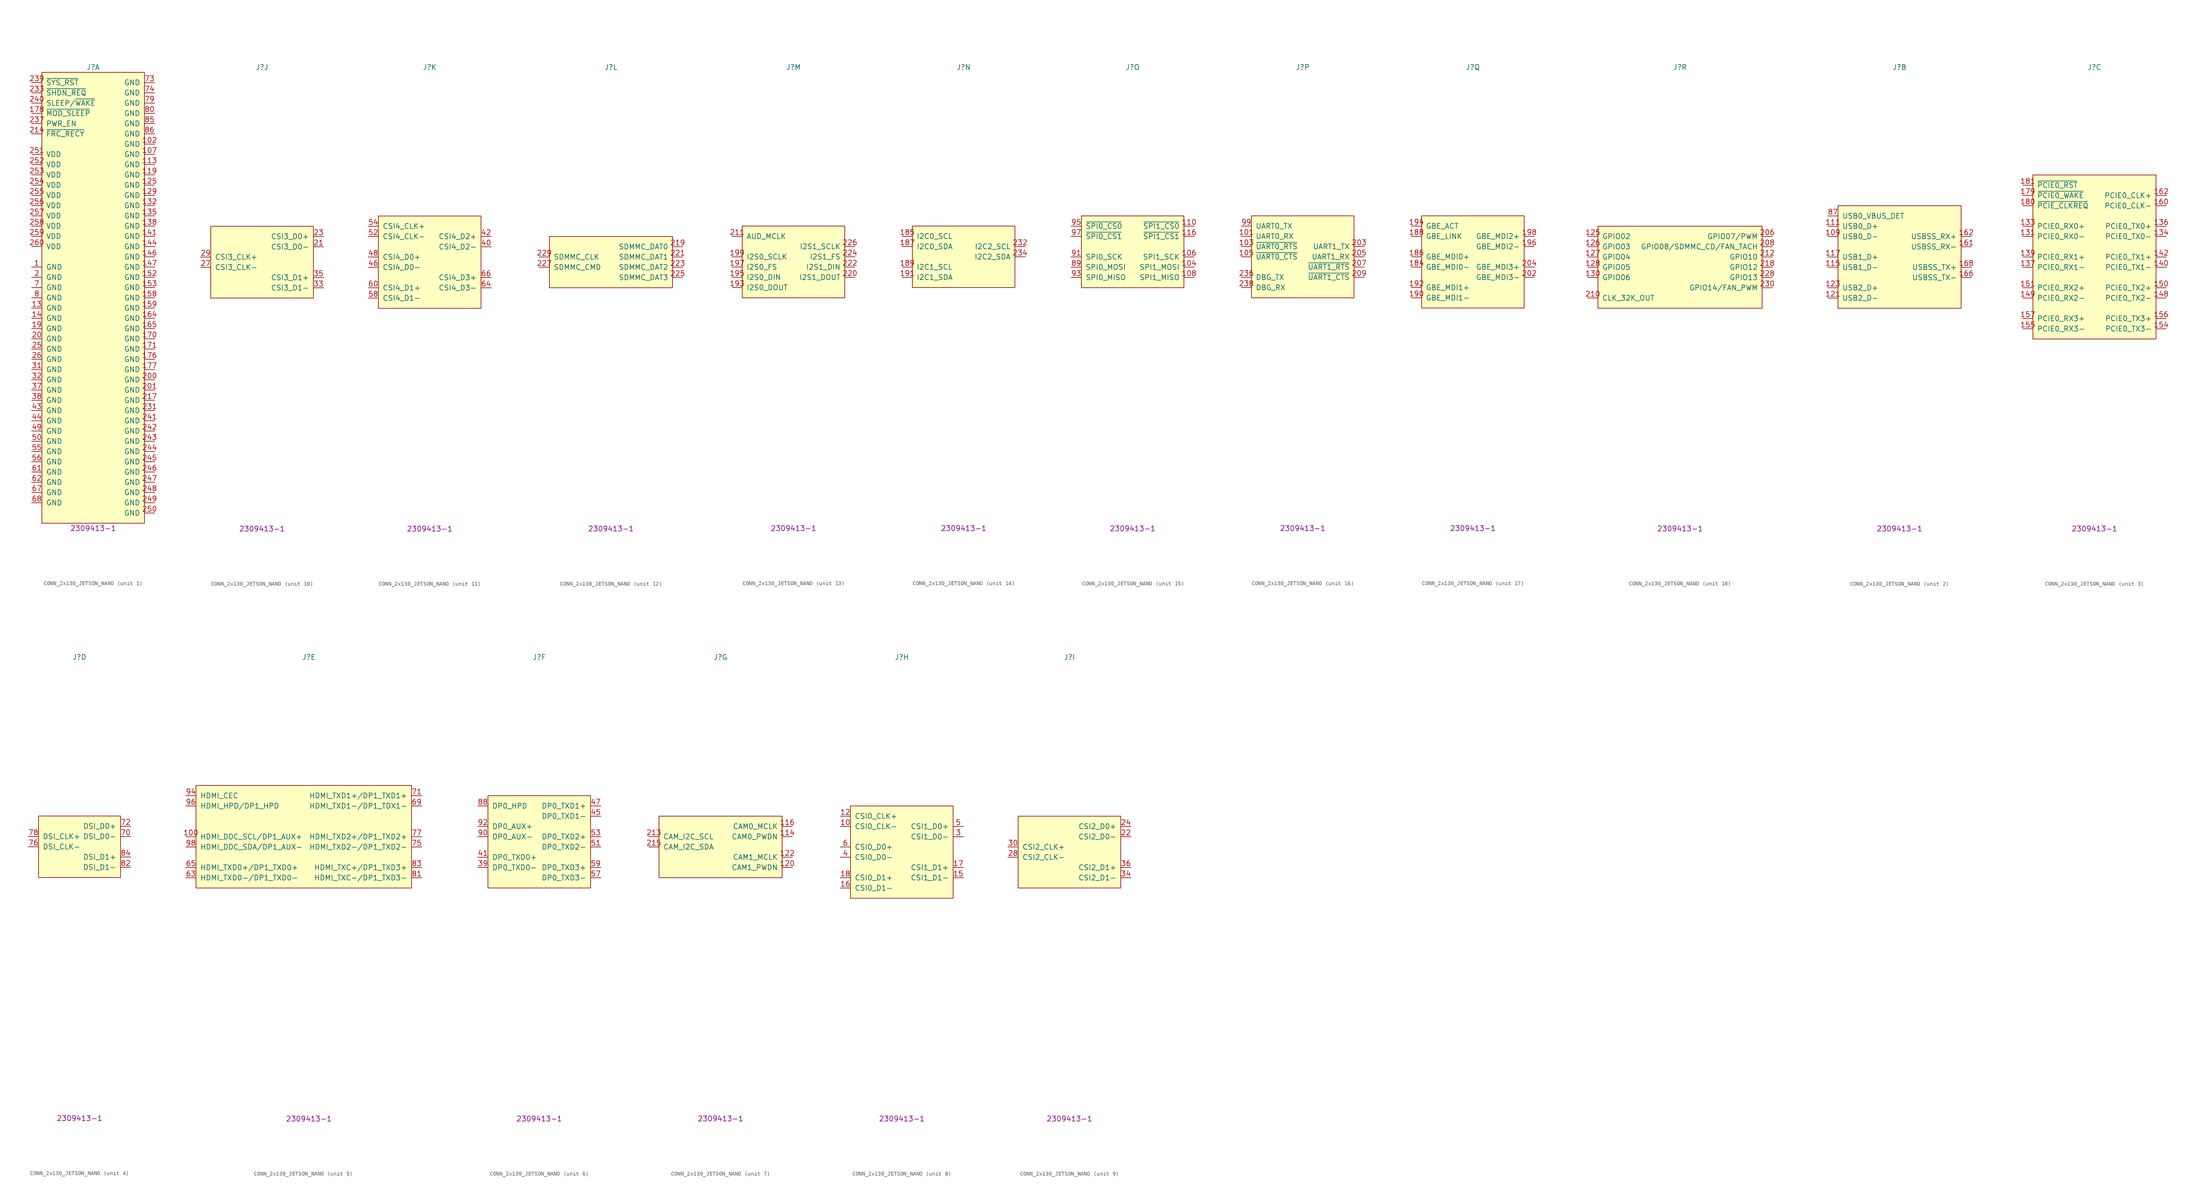
<source format=kicad_sym>
(kicad_symbol_lib
  (version 20211014)
  (generator kicad_symbol_editor)
  (symbol "CONN_2x130_JETSON_NANO"
    (pin_names
      (offset 1.016))
    (property "Reference" "J"
      (at 0 46.99 0)
      (effects (font (size 1.27 1.27))))
    (property "Manufacturer Part Number" "2309413-1"
      (at 0 -67.31 0)
      (effects (font (size 1.27 1.27))))
    (property "ki_locked" ""
      (at 0 0 0)
      (effects (font (size 1.27 1.27))))
    (symbol "CONN_2x130_JETSON_NANO_1_1"
      (rectangle (start -12.7 45.72) (end 12.7 -66.04) (stroke (width 0) (type default) (color 0 0 0 0)) (fill (type background)))
      (pin power_in line (at -15.24 -2.54 0) (length 2.54) (name "GND" (effects (font (size 1.27 1.27)))) (number "1" (effects (font (size 1.27 1.27)))))
      (pin power_in line (at 15.24 27.94 180) (length 2.54) (name "GND" (effects (font (size 1.27 1.27)))) (number "102" (effects (font (size 1.27 1.27)))))
      (pin power_in line (at 15.24 25.4 180) (length 2.54) (name "GND" (effects (font (size 1.27 1.27)))) (number "107" (effects (font (size 1.27 1.27)))))
      (pin power_in line (at 15.24 22.86 180) (length 2.54) (name "GND" (effects (font (size 1.27 1.27)))) (number "113" (effects (font (size 1.27 1.27)))))
      (pin power_in line (at 15.24 20.32 180) (length 2.54) (name "GND" (effects (font (size 1.27 1.27)))) (number "119" (effects (font (size 1.27 1.27)))))
      (pin power_in line (at 15.24 17.78 180) (length 2.54) (name "GND" (effects (font (size 1.27 1.27)))) (number "125" (effects (font (size 1.27 1.27)))))
      (pin power_in line (at 15.24 15.24 180) (length 2.54) (name "GND" (effects (font (size 1.27 1.27)))) (number "129" (effects (font (size 1.27 1.27)))))
      (pin power_in line (at -15.24 -12.7 0) (length 2.54) (name "GND" (effects (font (size 1.27 1.27)))) (number "13" (effects (font (size 1.27 1.27)))))
      (pin power_in line (at 15.24 12.7 180) (length 2.54) (name "GND" (effects (font (size 1.27 1.27)))) (number "132" (effects (font (size 1.27 1.27)))))
      (pin power_in line (at 15.24 10.16 180) (length 2.54) (name "GND" (effects (font (size 1.27 1.27)))) (number "135" (effects (font (size 1.27 1.27)))))
      (pin power_in line (at 15.24 7.62 180) (length 2.54) (name "GND" (effects (font (size 1.27 1.27)))) (number "138" (effects (font (size 1.27 1.27)))))
      (pin power_in line (at -15.24 -15.24 0) (length 2.54) (name "GND" (effects (font (size 1.27 1.27)))) (number "14" (effects (font (size 1.27 1.27)))))
      (pin power_in line (at 15.24 5.08 180) (length 2.54) (name "GND" (effects (font (size 1.27 1.27)))) (number "141" (effects (font (size 1.27 1.27)))))
      (pin power_in line (at 15.24 2.54 180) (length 2.54) (name "GND" (effects (font (size 1.27 1.27)))) (number "144" (effects (font (size 1.27 1.27)))))
      (pin power_in line (at 15.24 0 180) (length 2.54) (name "GND" (effects (font (size 1.27 1.27)))) (number "146" (effects (font (size 1.27 1.27)))))
      (pin power_in line (at 15.24 -2.54 180) (length 2.54) (name "GND" (effects (font (size 1.27 1.27)))) (number "147" (effects (font (size 1.27 1.27)))))
      (pin power_in line (at 15.24 -5.08 180) (length 2.54) (name "GND" (effects (font (size 1.27 1.27)))) (number "152" (effects (font (size 1.27 1.27)))))
      (pin power_in line (at 15.24 -7.62 180) (length 2.54) (name "GND" (effects (font (size 1.27 1.27)))) (number "153" (effects (font (size 1.27 1.27)))))
      (pin power_in line (at 15.24 -10.16 180) (length 2.54) (name "GND" (effects (font (size 1.27 1.27)))) (number "158" (effects (font (size 1.27 1.27)))))
      (pin power_in line (at 15.24 -12.7 180) (length 2.54) (name "GND" (effects (font (size 1.27 1.27)))) (number "159" (effects (font (size 1.27 1.27)))))
      (pin power_in line (at 15.24 -15.24 180) (length 2.54) (name "GND" (effects (font (size 1.27 1.27)))) (number "164" (effects (font (size 1.27 1.27)))))
      (pin power_in line (at 15.24 -17.78 180) (length 2.54) (name "GND" (effects (font (size 1.27 1.27)))) (number "165" (effects (font (size 1.27 1.27)))))
      (pin power_in line (at 15.24 -20.32 180) (length 2.54) (name "GND" (effects (font (size 1.27 1.27)))) (number "170" (effects (font (size 1.27 1.27)))))
      (pin power_in line (at 15.24 -22.86 180) (length 2.54) (name "GND" (effects (font (size 1.27 1.27)))) (number "171" (effects (font (size 1.27 1.27)))))
      (pin power_in line (at 15.24 -25.4 180) (length 2.54) (name "GND" (effects (font (size 1.27 1.27)))) (number "176" (effects (font (size 1.27 1.27)))))
      (pin power_in line (at 15.24 -27.94 180) (length 2.54) (name "GND" (effects (font (size 1.27 1.27)))) (number "177" (effects (font (size 1.27 1.27)))))
      (pin input line (at -15.24 35.56 0) (length 2.54) (name "~{MOD_SLEEP}" (effects (font (size 1.27 1.27)))) (number "178" (effects (font (size 1.27 1.27)))))
      (pin power_in line (at -15.24 -17.78 0) (length 2.54) (name "GND" (effects (font (size 1.27 1.27)))) (number "19" (effects (font (size 1.27 1.27)))))
      (pin power_in line (at -15.24 -5.08 0) (length 2.54) (name "GND" (effects (font (size 1.27 1.27)))) (number "2" (effects (font (size 1.27 1.27)))))
      (pin power_in line (at -15.24 -20.32 0) (length 2.54) (name "GND" (effects (font (size 1.27 1.27)))) (number "20" (effects (font (size 1.27 1.27)))))
      (pin power_in line (at 15.24 -30.48 180) (length 2.54) (name "GND" (effects (font (size 1.27 1.27)))) (number "200" (effects (font (size 1.27 1.27)))))
      (pin power_in line (at 15.24 -33.02 180) (length 2.54) (name "GND" (effects (font (size 1.27 1.27)))) (number "201" (effects (font (size 1.27 1.27)))))
      (pin input line (at -15.24 30.48 0) (length 2.54) (name "~{FRC_RECY}" (effects (font (size 1.27 1.27)))) (number "214" (effects (font (size 1.27 1.27)))))
      (pin power_in line (at 15.24 -35.56 180) (length 2.54) (name "GND" (effects (font (size 1.27 1.27)))) (number "217" (effects (font (size 1.27 1.27)))))
      (pin power_in line (at 15.24 -38.1 180) (length 2.54) (name "GND" (effects (font (size 1.27 1.27)))) (number "231" (effects (font (size 1.27 1.27)))))
      (pin open_collector line (at -15.24 40.64 0) (length 2.54) (name "~{SHDN_REQ}" (effects (font (size 1.27 1.27)))) (number "233" (effects (font (size 1.27 1.27)))))
      (pin input line (at -15.24 33.02 0) (length 2.54) (name "PWR_EN" (effects (font (size 1.27 1.27)))) (number "237" (effects (font (size 1.27 1.27)))))
      (pin open_collector line (at -15.24 43.18 0) (length 2.54) (name "~{SYS_RST}" (effects (font (size 1.27 1.27)))) (number "239" (effects (font (size 1.27 1.27)))))
      (pin input line (at -15.24 38.1 0) (length 2.54) (name "SLEEP/~{WAKE}" (effects (font (size 1.27 1.27)))) (number "240" (effects (font (size 1.27 1.27)))))
      (pin power_in line (at 15.24 -40.64 180) (length 2.54) (name "GND" (effects (font (size 1.27 1.27)))) (number "241" (effects (font (size 1.27 1.27)))))
      (pin power_in line (at 15.24 -43.18 180) (length 2.54) (name "GND" (effects (font (size 1.27 1.27)))) (number "242" (effects (font (size 1.27 1.27)))))
      (pin power_in line (at 15.24 -45.72 180) (length 2.54) (name "GND" (effects (font (size 1.27 1.27)))) (number "243" (effects (font (size 1.27 1.27)))))
      (pin power_in line (at 15.24 -48.26 180) (length 2.54) (name "GND" (effects (font (size 1.27 1.27)))) (number "244" (effects (font (size 1.27 1.27)))))
      (pin power_in line (at 15.24 -50.8 180) (length 2.54) (name "GND" (effects (font (size 1.27 1.27)))) (number "245" (effects (font (size 1.27 1.27)))))
      (pin power_in line (at 15.24 -53.34 180) (length 2.54) (name "GND" (effects (font (size 1.27 1.27)))) (number "246" (effects (font (size 1.27 1.27)))))
      (pin power_in line (at 15.24 -55.88 180) (length 2.54) (name "GND" (effects (font (size 1.27 1.27)))) (number "247" (effects (font (size 1.27 1.27)))))
      (pin power_in line (at 15.24 -58.42 180) (length 2.54) (name "GND" (effects (font (size 1.27 1.27)))) (number "248" (effects (font (size 1.27 1.27)))))
      (pin power_in line (at 15.24 -60.96 180) (length 2.54) (name "GND" (effects (font (size 1.27 1.27)))) (number "249" (effects (font (size 1.27 1.27)))))
      (pin power_in line (at -15.24 -22.86 0) (length 2.54) (name "GND" (effects (font (size 1.27 1.27)))) (number "25" (effects (font (size 1.27 1.27)))))
      (pin power_in line (at 15.24 -63.5 180) (length 2.54) (name "GND" (effects (font (size 1.27 1.27)))) (number "250" (effects (font (size 1.27 1.27)))))
      (pin power_in line (at -15.24 25.4 0) (length 2.54) (name "VDD" (effects (font (size 1.27 1.27)))) (number "251" (effects (font (size 1.27 1.27)))))
      (pin power_in line (at -15.24 22.86 0) (length 2.54) (name "VDD" (effects (font (size 1.27 1.27)))) (number "252" (effects (font (size 1.27 1.27)))))
      (pin power_in line (at -15.24 20.32 0) (length 2.54) (name "VDD" (effects (font (size 1.27 1.27)))) (number "253" (effects (font (size 1.27 1.27)))))
      (pin power_in line (at -15.24 17.78 0) (length 2.54) (name "VDD" (effects (font (size 1.27 1.27)))) (number "254" (effects (font (size 1.27 1.27)))))
      (pin power_in line (at -15.24 15.24 0) (length 2.54) (name "VDD" (effects (font (size 1.27 1.27)))) (number "255" (effects (font (size 1.27 1.27)))))
      (pin power_in line (at -15.24 12.7 0) (length 2.54) (name "VDD" (effects (font (size 1.27 1.27)))) (number "256" (effects (font (size 1.27 1.27)))))
      (pin power_in line (at -15.24 10.16 0) (length 2.54) (name "VDD" (effects (font (size 1.27 1.27)))) (number "257" (effects (font (size 1.27 1.27)))))
      (pin power_in line (at -15.24 7.62 0) (length 2.54) (name "VDD" (effects (font (size 1.27 1.27)))) (number "258" (effects (font (size 1.27 1.27)))))
      (pin power_in line (at -15.24 5.08 0) (length 2.54) (name "VDD" (effects (font (size 1.27 1.27)))) (number "259" (effects (font (size 1.27 1.27)))))
      (pin power_in line (at -15.24 -25.4 0) (length 2.54) (name "GND" (effects (font (size 1.27 1.27)))) (number "26" (effects (font (size 1.27 1.27)))))
      (pin power_in line (at -15.24 2.54 0) (length 2.54) (name "VDD" (effects (font (size 1.27 1.27)))) (number "260" (effects (font (size 1.27 1.27)))))
      (pin power_in line (at -15.24 -27.94 0) (length 2.54) (name "GND" (effects (font (size 1.27 1.27)))) (number "31" (effects (font (size 1.27 1.27)))))
      (pin power_in line (at -15.24 -30.48 0) (length 2.54) (name "GND" (effects (font (size 1.27 1.27)))) (number "32" (effects (font (size 1.27 1.27)))))
      (pin power_in line (at -15.24 -33.02 0) (length 2.54) (name "GND" (effects (font (size 1.27 1.27)))) (number "37" (effects (font (size 1.27 1.27)))))
      (pin power_in line (at -15.24 -35.56 0) (length 2.54) (name "GND" (effects (font (size 1.27 1.27)))) (number "38" (effects (font (size 1.27 1.27)))))
      (pin power_in line (at -15.24 -38.1 0) (length 2.54) (name "GND" (effects (font (size 1.27 1.27)))) (number "43" (effects (font (size 1.27 1.27)))))
      (pin power_in line (at -15.24 -40.64 0) (length 2.54) (name "GND" (effects (font (size 1.27 1.27)))) (number "44" (effects (font (size 1.27 1.27)))))
      (pin power_in line (at -15.24 -43.18 0) (length 2.54) (name "GND" (effects (font (size 1.27 1.27)))) (number "49" (effects (font (size 1.27 1.27)))))
      (pin power_in line (at -15.24 -45.72 0) (length 2.54) (name "GND" (effects (font (size 1.27 1.27)))) (number "50" (effects (font (size 1.27 1.27)))))
      (pin power_in line (at -15.24 -48.26 0) (length 2.54) (name "GND" (effects (font (size 1.27 1.27)))) (number "55" (effects (font (size 1.27 1.27)))))
      (pin power_in line (at -15.24 -50.8 0) (length 2.54) (name "GND" (effects (font (size 1.27 1.27)))) (number "56" (effects (font (size 1.27 1.27)))))
      (pin power_in line (at -15.24 -53.34 0) (length 2.54) (name "GND" (effects (font (size 1.27 1.27)))) (number "61" (effects (font (size 1.27 1.27)))))
      (pin power_in line (at -15.24 -55.88 0) (length 2.54) (name "GND" (effects (font (size 1.27 1.27)))) (number "62" (effects (font (size 1.27 1.27)))))
      (pin power_in line (at -15.24 -58.42 0) (length 2.54) (name "GND" (effects (font (size 1.27 1.27)))) (number "67" (effects (font (size 1.27 1.27)))))
      (pin power_in line (at -15.24 -60.96 0) (length 2.54) (name "GND" (effects (font (size 1.27 1.27)))) (number "68" (effects (font (size 1.27 1.27)))))
      (pin power_in line (at -15.24 -7.62 0) (length 2.54) (name "GND" (effects (font (size 1.27 1.27)))) (number "7" (effects (font (size 1.27 1.27)))))
      (pin power_in line (at 15.24 43.18 180) (length 2.54) (name "GND" (effects (font (size 1.27 1.27)))) (number "73" (effects (font (size 1.27 1.27)))))
      (pin power_in line (at 15.24 40.64 180) (length 2.54) (name "GND" (effects (font (size 1.27 1.27)))) (number "74" (effects (font (size 1.27 1.27)))))
      (pin power_in line (at 15.24 38.1 180) (length 2.54) (name "GND" (effects (font (size 1.27 1.27)))) (number "79" (effects (font (size 1.27 1.27)))))
      (pin power_in line (at -15.24 -10.16 0) (length 2.54) (name "GND" (effects (font (size 1.27 1.27)))) (number "8" (effects (font (size 1.27 1.27)))))
      (pin power_in line (at 15.24 35.56 180) (length 2.54) (name "GND" (effects (font (size 1.27 1.27)))) (number "80" (effects (font (size 1.27 1.27)))))
      (pin power_in line (at 15.24 33.02 180) (length 2.54) (name "GND" (effects (font (size 1.27 1.27)))) (number "85" (effects (font (size 1.27 1.27)))))
      (pin power_in line (at 15.24 30.48 180) (length 2.54) (name "GND" (effects (font (size 1.27 1.27)))) (number "86" (effects (font (size 1.27 1.27))))))
    (symbol "CONN_2x130_JETSON_NANO_2_1"
      (rectangle (start -15.24 12.7) (end 15.24 -12.7) (stroke (width 0) (type default) (color 0 0 0 0)) (fill (type background)))
      (pin bidirectional line (at -17.78 5.08 0) (length 2.54) (name "USB0_D-" (effects (font (size 1.27 1.27)))) (number "109" (effects (font (size 1.27 1.27)))))
      (pin bidirectional line (at -17.78 7.62 0) (length 2.54) (name "USB0_D+" (effects (font (size 1.27 1.27)))) (number "111" (effects (font (size 1.27 1.27)))))
      (pin bidirectional line (at -17.78 -2.54 0) (length 2.54) (name "USB1_D-" (effects (font (size 1.27 1.27)))) (number "115" (effects (font (size 1.27 1.27)))))
      (pin bidirectional line (at -17.78 0 0) (length 2.54) (name "USB1_D+" (effects (font (size 1.27 1.27)))) (number "117" (effects (font (size 1.27 1.27)))))
      (pin bidirectional line (at -17.78 -10.16 0) (length 2.54) (name "USB2_D-" (effects (font (size 1.27 1.27)))) (number "121" (effects (font (size 1.27 1.27)))))
      (pin bidirectional line (at -17.78 -7.62 0) (length 2.54) (name "USB2_D+" (effects (font (size 1.27 1.27)))) (number "123" (effects (font (size 1.27 1.27)))))
      (pin bidirectional line (at 17.78 2.54 180) (length 2.54) (name "USBSS_RX-" (effects (font (size 1.27 1.27)))) (number "161" (effects (font (size 1.27 1.27)))))
      (pin bidirectional line (at 17.78 5.08 180) (length 2.54) (name "USBSS_RX+" (effects (font (size 1.27 1.27)))) (number "162" (effects (font (size 1.27 1.27)))))
      (pin bidirectional line (at 17.78 -5.08 180) (length 2.54) (name "USBSS_TX-" (effects (font (size 1.27 1.27)))) (number "166" (effects (font (size 1.27 1.27)))))
      (pin bidirectional line (at 17.78 -2.54 180) (length 2.54) (name "USBSS_TX+" (effects (font (size 1.27 1.27)))) (number "168" (effects (font (size 1.27 1.27)))))
      (pin input line (at -17.78 10.16 0) (length 2.54) (name "USB0_VBUS_DET" (effects (font (size 1.27 1.27)))) (number "87" (effects (font (size 1.27 1.27))))))
    (symbol "CONN_2x130_JETSON_NANO_3_1"
      (rectangle (start -15.24 20.32) (end 15.24 -20.32) (stroke (width 0) (type default) (color 0 0 0 0)) (fill (type background)))
      (pin bidirectional line (at -17.78 5.08 0) (length 2.54) (name "PCIE0_RX0-" (effects (font (size 1.27 1.27)))) (number "131" (effects (font (size 1.27 1.27)))))
      (pin bidirectional line (at -17.78 7.62 0) (length 2.54) (name "PCIE0_RX0+" (effects (font (size 1.27 1.27)))) (number "133" (effects (font (size 1.27 1.27)))))
      (pin bidirectional line (at 17.78 5.08 180) (length 2.54) (name "PCIE0_TX0-" (effects (font (size 1.27 1.27)))) (number "134" (effects (font (size 1.27 1.27)))))
      (pin bidirectional line (at 17.78 7.62 180) (length 2.54) (name "PCIE0_TX0+" (effects (font (size 1.27 1.27)))) (number "136" (effects (font (size 1.27 1.27)))))
      (pin bidirectional line (at -17.78 -2.54 0) (length 2.54) (name "PCIE0_RX1-" (effects (font (size 1.27 1.27)))) (number "137" (effects (font (size 1.27 1.27)))))
      (pin bidirectional line (at -17.78 0 0) (length 2.54) (name "PCIE0_RX1+" (effects (font (size 1.27 1.27)))) (number "139" (effects (font (size 1.27 1.27)))))
      (pin bidirectional line (at 17.78 -2.54 180) (length 2.54) (name "PCIE0_TX1-" (effects (font (size 1.27 1.27)))) (number "140" (effects (font (size 1.27 1.27)))))
      (pin bidirectional line (at 17.78 0 180) (length 2.54) (name "PCIE0_TX1+" (effects (font (size 1.27 1.27)))) (number "142" (effects (font (size 1.27 1.27)))))
      (pin bidirectional line (at 17.78 -10.16 180) (length 2.54) (name "PCIE0_TX2-" (effects (font (size 1.27 1.27)))) (number "148" (effects (font (size 1.27 1.27)))))
      (pin bidirectional line (at -17.78 -10.16 0) (length 2.54) (name "PCIE0_RX2-" (effects (font (size 1.27 1.27)))) (number "149" (effects (font (size 1.27 1.27)))))
      (pin bidirectional line (at 17.78 -7.62 180) (length 2.54) (name "PCIE0_TX2+" (effects (font (size 1.27 1.27)))) (number "150" (effects (font (size 1.27 1.27)))))
      (pin bidirectional line (at -17.78 -7.62 0) (length 2.54) (name "PCIE0_RX2+" (effects (font (size 1.27 1.27)))) (number "151" (effects (font (size 1.27 1.27)))))
      (pin bidirectional line (at 17.78 -17.78 180) (length 2.54) (name "PCIE0_TX3-" (effects (font (size 1.27 1.27)))) (number "154" (effects (font (size 1.27 1.27)))))
      (pin bidirectional line (at -17.78 -17.78 0) (length 2.54) (name "PCIE0_RX3-" (effects (font (size 1.27 1.27)))) (number "155" (effects (font (size 1.27 1.27)))))
      (pin bidirectional line (at 17.78 -15.24 180) (length 2.54) (name "PCIE0_TX3+" (effects (font (size 1.27 1.27)))) (number "156" (effects (font (size 1.27 1.27)))))
      (pin bidirectional line (at -17.78 -15.24 0) (length 2.54) (name "PCIE0_RX3+" (effects (font (size 1.27 1.27)))) (number "157" (effects (font (size 1.27 1.27)))))
      (pin bidirectional line (at 17.78 12.7 180) (length 2.54) (name "PCIE0_CLK-" (effects (font (size 1.27 1.27)))) (number "160" (effects (font (size 1.27 1.27)))))
      (pin bidirectional line (at 17.78 15.24 180) (length 2.54) (name "PCIE0_CLK+" (effects (font (size 1.27 1.27)))) (number "162" (effects (font (size 1.27 1.27)))))
      (pin open_collector line (at -17.78 15.24 0) (length 2.54) (name "~{PCIE0_WAKE}" (effects (font (size 1.27 1.27)))) (number "179" (effects (font (size 1.27 1.27)))))
      (pin bidirectional line (at -17.78 12.7 0) (length 2.54) (name "~{PCIE_CLKREQ}" (effects (font (size 1.27 1.27)))) (number "180" (effects (font (size 1.27 1.27)))))
      (pin output line (at -17.78 17.78 0) (length 2.54) (name "~{PCIE0_RST}" (effects (font (size 1.27 1.27)))) (number "181" (effects (font (size 1.27 1.27))))))
    (symbol "CONN_2x130_JETSON_NANO_4_1"
      (rectangle (start -10.16 7.62) (end 10.16 -7.62) (stroke (width 0) (type default) (color 0 0 0 0)) (fill (type background)))
      (pin bidirectional line (at 12.7 2.54 180) (length 2.54) (name "DSI_D0-" (effects (font (size 1.27 1.27)))) (number "70" (effects (font (size 1.27 1.27)))))
      (pin bidirectional line (at 12.7 5.08 180) (length 2.54) (name "DSI_D0+" (effects (font (size 1.27 1.27)))) (number "72" (effects (font (size 1.27 1.27)))))
      (pin bidirectional line (at -12.7 0 0) (length 2.54) (name "DSI_CLK-" (effects (font (size 1.27 1.27)))) (number "76" (effects (font (size 1.27 1.27)))))
      (pin bidirectional line (at -12.7 2.54 0) (length 2.54) (name "DSI_CLK+" (effects (font (size 1.27 1.27)))) (number "78" (effects (font (size 1.27 1.27)))))
      (pin bidirectional line (at 12.7 -5.08 180) (length 2.54) (name "DSI_D1-" (effects (font (size 1.27 1.27)))) (number "82" (effects (font (size 1.27 1.27)))))
      (pin bidirectional line (at 12.7 -2.54 180) (length 2.54) (name "DSI_D1+" (effects (font (size 1.27 1.27)))) (number "84" (effects (font (size 1.27 1.27))))))
    (symbol "CONN_2x130_JETSON_NANO_5_1"
      (rectangle (start -27.94 15.24) (end 25.4 -10.16) (stroke (width 0) (type default) (color 0 0 0 0)) (fill (type background)))
      (pin bidirectional line (at -30.48 2.54 0) (length 2.54) (name "HDMI_DDC_SCL/DP1_AUX+" (effects (font (size 1.27 1.27)))) (number "100" (effects (font (size 1.27 1.27)))))
      (pin bidirectional line (at -30.48 -7.62 0) (length 2.54) (name "HDMI_TXD0-/DP1_TXD0-" (effects (font (size 1.27 1.27)))) (number "63" (effects (font (size 1.27 1.27)))))
      (pin bidirectional line (at -30.48 -5.08 0) (length 2.54) (name "HDMI_TXD0+/DP1_TXD0+" (effects (font (size 1.27 1.27)))) (number "65" (effects (font (size 1.27 1.27)))))
      (pin bidirectional line (at 27.94 10.16 180) (length 2.54) (name "HDMI_TXD1-/DP1_TDX1-" (effects (font (size 1.27 1.27)))) (number "69" (effects (font (size 1.27 1.27)))))
      (pin bidirectional line (at 27.94 12.7 180) (length 2.54) (name "HDMI_TXD1+/DP1_TXD1+" (effects (font (size 1.27 1.27)))) (number "71" (effects (font (size 1.27 1.27)))))
      (pin bidirectional line (at 27.94 0 180) (length 2.54) (name "HDMI_TXD2-/DP1_TXD2-" (effects (font (size 1.27 1.27)))) (number "75" (effects (font (size 1.27 1.27)))))
      (pin bidirectional line (at 27.94 2.54 180) (length 2.54) (name "HDMI_TXD2+/DP1_TXD2+" (effects (font (size 1.27 1.27)))) (number "77" (effects (font (size 1.27 1.27)))))
      (pin bidirectional line (at 27.94 -7.62 180) (length 2.54) (name "HDMI_TXC-/DP1_TXD3-" (effects (font (size 1.27 1.27)))) (number "81" (effects (font (size 1.27 1.27)))))
      (pin bidirectional line (at 27.94 -5.08 180) (length 2.54) (name "HDMI_TXC+/DP1_TXD3+" (effects (font (size 1.27 1.27)))) (number "83" (effects (font (size 1.27 1.27)))))
      (pin bidirectional line (at -30.48 12.7 0) (length 2.54) (name "HDMI_CEC" (effects (font (size 1.27 1.27)))) (number "94" (effects (font (size 1.27 1.27)))))
      (pin input line (at -30.48 10.16 0) (length 2.54) (name "HDMI_HPD/DP1_HPD" (effects (font (size 1.27 1.27)))) (number "96" (effects (font (size 1.27 1.27)))))
      (pin bidirectional line (at -30.48 0 0) (length 2.54) (name "HDMI_DDC_SDA/DP1_AUX-" (effects (font (size 1.27 1.27)))) (number "98" (effects (font (size 1.27 1.27))))))
    (symbol "CONN_2x130_JETSON_NANO_6_1"
      (rectangle (start -12.7 12.7) (end 12.7 -10.16) (stroke (width 0) (type default) (color 0 0 0 0)) (fill (type background)))
      (pin bidirectional line (at -15.24 -5.08 0) (length 2.54) (name "DP0_TXD0-" (effects (font (size 1.27 1.27)))) (number "39" (effects (font (size 1.27 1.27)))))
      (pin bidirectional line (at -15.24 -2.54 0) (length 2.54) (name "DP0_TXD0+" (effects (font (size 1.27 1.27)))) (number "41" (effects (font (size 1.27 1.27)))))
      (pin bidirectional line (at 15.24 7.62 180) (length 2.54) (name "DP0_TXD1-" (effects (font (size 1.27 1.27)))) (number "45" (effects (font (size 1.27 1.27)))))
      (pin bidirectional line (at 15.24 10.16 180) (length 2.54) (name "DP0_TXD1+" (effects (font (size 1.27 1.27)))) (number "47" (effects (font (size 1.27 1.27)))))
      (pin bidirectional line (at 15.24 0 180) (length 2.54) (name "DP0_TXD2-" (effects (font (size 1.27 1.27)))) (number "51" (effects (font (size 1.27 1.27)))))
      (pin bidirectional line (at 15.24 2.54 180) (length 2.54) (name "DP0_TXD2+" (effects (font (size 1.27 1.27)))) (number "53" (effects (font (size 1.27 1.27)))))
      (pin bidirectional line (at 15.24 -7.62 180) (length 2.54) (name "DP0_TXD3-" (effects (font (size 1.27 1.27)))) (number "57" (effects (font (size 1.27 1.27)))))
      (pin bidirectional line (at 15.24 -5.08 180) (length 2.54) (name "DP0_TXD3+" (effects (font (size 1.27 1.27)))) (number "59" (effects (font (size 1.27 1.27)))))
      (pin input line (at -15.24 10.16 0) (length 2.54) (name "DP0_HPD" (effects (font (size 1.27 1.27)))) (number "88" (effects (font (size 1.27 1.27)))))
      (pin bidirectional line (at -15.24 2.54 0) (length 2.54) (name "DP0_AUX-" (effects (font (size 1.27 1.27)))) (number "90" (effects (font (size 1.27 1.27)))))
      (pin bidirectional line (at -15.24 5.08 0) (length 2.54) (name "DP0_AUX+" (effects (font (size 1.27 1.27)))) (number "92" (effects (font (size 1.27 1.27))))))
    (symbol "CONN_2x130_JETSON_NANO_7_1"
      (rectangle (start -15.24 7.62) (end 15.24 -7.62) (stroke (width 0) (type default) (color 0 0 0 0)) (fill (type background)))
      (pin output line (at 17.78 2.54 180) (length 2.54) (name "CAM0_PWDN" (effects (font (size 1.27 1.27)))) (number "114" (effects (font (size 1.27 1.27)))))
      (pin output line (at 17.78 5.08 180) (length 2.54) (name "CAM0_MCLK" (effects (font (size 1.27 1.27)))) (number "116" (effects (font (size 1.27 1.27)))))
      (pin output line (at 17.78 -5.08 180) (length 2.54) (name "CAM1_PWDN" (effects (font (size 1.27 1.27)))) (number "120" (effects (font (size 1.27 1.27)))))
      (pin output line (at 17.78 -2.54 180) (length 2.54) (name "CAM1_MCLK" (effects (font (size 1.27 1.27)))) (number "122" (effects (font (size 1.27 1.27)))))
      (pin output line (at -17.78 2.54 0) (length 2.54) (name "CAM_I2C_SCL" (effects (font (size 1.27 1.27)))) (number "213" (effects (font (size 1.27 1.27)))))
      (pin bidirectional line (at -17.78 0 0) (length 2.54) (name "CAM_I2C_SDA" (effects (font (size 1.27 1.27)))) (number "215" (effects (font (size 1.27 1.27))))))
    (symbol "CONN_2x130_JETSON_NANO_8_1"
      (rectangle (start -12.7 10.16) (end 12.7 -12.7) (stroke (width 0) (type default) (color 0 0 0 0)) (fill (type background)))
      (pin bidirectional line (at -15.24 5.08 0) (length 2.54) (name "CSI0_CLK-" (effects (font (size 1.27 1.27)))) (number "10" (effects (font (size 1.27 1.27)))))
      (pin bidirectional line (at -15.24 7.62 0) (length 2.54) (name "CSI0_CLK+" (effects (font (size 1.27 1.27)))) (number "12" (effects (font (size 1.27 1.27)))))
      (pin bidirectional line (at 15.24 -7.62 180) (length 2.54) (name "CSI1_D1-" (effects (font (size 1.27 1.27)))) (number "15" (effects (font (size 1.27 1.27)))))
      (pin bidirectional line (at -15.24 -10.16 0) (length 2.54) (name "CSI0_D1-" (effects (font (size 1.27 1.27)))) (number "16" (effects (font (size 1.27 1.27)))))
      (pin bidirectional line (at 15.24 -5.08 180) (length 2.54) (name "CSI1_D1+" (effects (font (size 1.27 1.27)))) (number "17" (effects (font (size 1.27 1.27)))))
      (pin bidirectional line (at -15.24 -7.62 0) (length 2.54) (name "CSI0_D1+" (effects (font (size 1.27 1.27)))) (number "18" (effects (font (size 1.27 1.27)))))
      (pin bidirectional line (at 15.24 2.54 180) (length 2.54) (name "CSI1_D0-" (effects (font (size 1.27 1.27)))) (number "3" (effects (font (size 1.27 1.27)))))
      (pin bidirectional line (at -15.24 -2.54 0) (length 2.54) (name "CSI0_D0-" (effects (font (size 1.27 1.27)))) (number "4" (effects (font (size 1.27 1.27)))))
      (pin bidirectional line (at 15.24 5.08 180) (length 2.54) (name "CSI1_D0+" (effects (font (size 1.27 1.27)))) (number "5" (effects (font (size 1.27 1.27)))))
      (pin bidirectional line (at -15.24 0 0) (length 2.54) (name "CSI0_D0+" (effects (font (size 1.27 1.27)))) (number "6" (effects (font (size 1.27 1.27))))))
    (symbol "CONN_2x130_JETSON_NANO_9_1"
      (rectangle (start -12.7 7.62) (end 12.7 -10.16) (stroke (width 0) (type default) (color 0 0 0 0)) (fill (type background)))
      (pin bidirectional line (at 15.24 2.54 180) (length 2.54) (name "CSI2_D0-" (effects (font (size 1.27 1.27)))) (number "22" (effects (font (size 1.27 1.27)))))
      (pin bidirectional line (at 15.24 5.08 180) (length 2.54) (name "CSI2_D0+" (effects (font (size 1.27 1.27)))) (number "24" (effects (font (size 1.27 1.27)))))
      (pin bidirectional line (at -15.24 -2.54 0) (length 2.54) (name "CSI2_CLK-" (effects (font (size 1.27 1.27)))) (number "28" (effects (font (size 1.27 1.27)))))
      (pin bidirectional line (at -15.24 0 0) (length 2.54) (name "CSI2_CLK+" (effects (font (size 1.27 1.27)))) (number "30" (effects (font (size 1.27 1.27)))))
      (pin bidirectional line (at 15.24 -7.62 180) (length 2.54) (name "CSI2_D1-" (effects (font (size 1.27 1.27)))) (number "34" (effects (font (size 1.27 1.27)))))
      (pin bidirectional line (at 15.24 -5.08 180) (length 2.54) (name "CSI2_D1+" (effects (font (size 1.27 1.27)))) (number "36" (effects (font (size 1.27 1.27))))))
    (symbol "CONN_2x130_JETSON_NANO_10_1"
      (rectangle (start -12.7 7.62) (end 12.7 -10.16) (stroke (width 0) (type default) (color 0 0 0 0)) (fill (type background)))
      (pin bidirectional line (at 15.24 2.54 180) (length 2.54) (name "CSI3_D0-" (effects (font (size 1.27 1.27)))) (number "21" (effects (font (size 1.27 1.27)))))
      (pin bidirectional line (at 15.24 5.08 180) (length 2.54) (name "CSI3_D0+" (effects (font (size 1.27 1.27)))) (number "23" (effects (font (size 1.27 1.27)))))
      (pin bidirectional line (at -15.24 -2.54 0) (length 2.54) (name "CSI3_CLK-" (effects (font (size 1.27 1.27)))) (number "27" (effects (font (size 1.27 1.27)))))
      (pin bidirectional line (at -15.24 0 0) (length 2.54) (name "CSI3_CLK+" (effects (font (size 1.27 1.27)))) (number "29" (effects (font (size 1.27 1.27)))))
      (pin bidirectional line (at 15.24 -7.62 180) (length 2.54) (name "CSI3_D1-" (effects (font (size 1.27 1.27)))) (number "33" (effects (font (size 1.27 1.27)))))
      (pin bidirectional line (at 15.24 -5.08 180) (length 2.54) (name "CSI3_D1+" (effects (font (size 1.27 1.27)))) (number "35" (effects (font (size 1.27 1.27))))))
    (symbol "CONN_2x130_JETSON_NANO_11_1"
      (rectangle (start -12.7 10.16) (end 12.7 -12.7) (stroke (width 0) (type default) (color 0 0 0 0)) (fill (type background)))
      (pin bidirectional line (at 15.24 2.54 180) (length 2.54) (name "CSI4_D2-" (effects (font (size 1.27 1.27)))) (number "40" (effects (font (size 1.27 1.27)))))
      (pin bidirectional line (at 15.24 5.08 180) (length 2.54) (name "CSI4_D2+" (effects (font (size 1.27 1.27)))) (number "42" (effects (font (size 1.27 1.27)))))
      (pin bidirectional line (at -15.24 -2.54 0) (length 2.54) (name "CSI4_D0-" (effects (font (size 1.27 1.27)))) (number "46" (effects (font (size 1.27 1.27)))))
      (pin bidirectional line (at -15.24 0 0) (length 2.54) (name "CSI4_D0+" (effects (font (size 1.27 1.27)))) (number "48" (effects (font (size 1.27 1.27)))))
      (pin bidirectional line (at -15.24 5.08 0) (length 2.54) (name "CSI4_CLK-" (effects (font (size 1.27 1.27)))) (number "52" (effects (font (size 1.27 1.27)))))
      (pin bidirectional line (at -15.24 7.62 0) (length 2.54) (name "CSI4_CLK+" (effects (font (size 1.27 1.27)))) (number "54" (effects (font (size 1.27 1.27)))))
      (pin bidirectional line (at -15.24 -10.16 0) (length 2.54) (name "CSI4_D1-" (effects (font (size 1.27 1.27)))) (number "58" (effects (font (size 1.27 1.27)))))
      (pin bidirectional line (at -15.24 -7.62 0) (length 2.54) (name "CSI4_D1+" (effects (font (size 1.27 1.27)))) (number "60" (effects (font (size 1.27 1.27)))))
      (pin bidirectional line (at 15.24 -7.62 180) (length 2.54) (name "CSI4_D3-" (effects (font (size 1.27 1.27)))) (number "64" (effects (font (size 1.27 1.27)))))
      (pin bidirectional line (at 15.24 -5.08 180) (length 2.54) (name "CSI4_D3+" (effects (font (size 1.27 1.27)))) (number "66" (effects (font (size 1.27 1.27))))))
    (symbol "CONN_2x130_JETSON_NANO_12_1"
      (rectangle (start -15.24 5.08) (end 15.24 -7.62) (stroke (width 0) (type default) (color 0 0 0 0)) (fill (type background)))
      (pin bidirectional line (at 17.78 2.54 180) (length 2.54) (name "SDMMC_DAT0" (effects (font (size 1.27 1.27)))) (number "219" (effects (font (size 1.27 1.27)))))
      (pin bidirectional line (at 17.78 0 180) (length 2.54) (name "SDMMC_DAT1" (effects (font (size 1.27 1.27)))) (number "221" (effects (font (size 1.27 1.27)))))
      (pin bidirectional line (at 17.78 -2.54 180) (length 2.54) (name "SDMMC_DAT2" (effects (font (size 1.27 1.27)))) (number "223" (effects (font (size 1.27 1.27)))))
      (pin bidirectional line (at 17.78 -5.08 180) (length 2.54) (name "SDMMC_DAT3" (effects (font (size 1.27 1.27)))) (number "225" (effects (font (size 1.27 1.27)))))
      (pin bidirectional line (at -17.78 -2.54 0) (length 2.54) (name "SDMMC_CMD" (effects (font (size 1.27 1.27)))) (number "227" (effects (font (size 1.27 1.27)))))
      (pin output line (at -17.78 0 0) (length 2.54) (name "SDMMC_CLK" (effects (font (size 1.27 1.27)))) (number "229" (effects (font (size 1.27 1.27))))))
    (symbol "CONN_2x130_JETSON_NANO_13_1"
      (rectangle (start -12.7 7.62) (end 12.7 -10.16) (stroke (width 0) (type default) (color 0 0 0 0)) (fill (type background)))
      (pin output line (at -15.24 -7.62 0) (length 2.54) (name "I2S0_DOUT" (effects (font (size 1.27 1.27)))) (number "193" (effects (font (size 1.27 1.27)))))
      (pin input line (at -15.24 -5.08 0) (length 2.54) (name "I2S0_DIN" (effects (font (size 1.27 1.27)))) (number "195" (effects (font (size 1.27 1.27)))))
      (pin bidirectional line (at -15.24 -2.54 0) (length 2.54) (name "I2S0_FS" (effects (font (size 1.27 1.27)))) (number "197" (effects (font (size 1.27 1.27)))))
      (pin bidirectional line (at -15.24 0 0) (length 2.54) (name "I2S0_SCLK" (effects (font (size 1.27 1.27)))) (number "199" (effects (font (size 1.27 1.27)))))
      (pin output line (at -15.24 5.08 0) (length 2.54) (name "AUD_MCLK" (effects (font (size 1.27 1.27)))) (number "211" (effects (font (size 1.27 1.27)))))
      (pin output line (at 15.24 -5.08 180) (length 2.54) (name "I2S1_DOUT" (effects (font (size 1.27 1.27)))) (number "220" (effects (font (size 1.27 1.27)))))
      (pin input line (at 15.24 -2.54 180) (length 2.54) (name "I2S1_DIN" (effects (font (size 1.27 1.27)))) (number "222" (effects (font (size 1.27 1.27)))))
      (pin bidirectional line (at 15.24 0 180) (length 2.54) (name "I2S1_FS" (effects (font (size 1.27 1.27)))) (number "224" (effects (font (size 1.27 1.27)))))
      (pin bidirectional line (at 15.24 2.54 180) (length 2.54) (name "I2S1_SCLK" (effects (font (size 1.27 1.27)))) (number "226" (effects (font (size 1.27 1.27))))))
    (symbol "CONN_2x130_JETSON_NANO_14_1"
      (rectangle (start -12.7 7.62) (end 12.7 -7.62) (stroke (width 0) (type default) (color 0 0 0 0)) (fill (type background)))
      (pin output line (at -15.24 5.08 0) (length 2.54) (name "I2C0_SCL" (effects (font (size 1.27 1.27)))) (number "185" (effects (font (size 1.27 1.27)))))
      (pin input line (at -15.24 2.54 0) (length 2.54) (name "I2C0_SDA" (effects (font (size 1.27 1.27)))) (number "187" (effects (font (size 1.27 1.27)))))
      (pin output line (at -15.24 -2.54 0) (length 2.54) (name "I2C1_SCL" (effects (font (size 1.27 1.27)))) (number "189" (effects (font (size 1.27 1.27)))))
      (pin input line (at -15.24 -5.08 0) (length 2.54) (name "I2C1_SDA" (effects (font (size 1.27 1.27)))) (number "191" (effects (font (size 1.27 1.27)))))
      (pin output line (at 15.24 2.54 180) (length 2.54) (name "I2C2_SCL" (effects (font (size 1.27 1.27)))) (number "232" (effects (font (size 1.27 1.27)))))
      (pin input line (at 15.24 0 180) (length 2.54) (name "I2C2_SDA" (effects (font (size 1.27 1.27)))) (number "234" (effects (font (size 1.27 1.27))))))
    (symbol "CONN_2x130_JETSON_NANO_15_1"
      (rectangle (start -12.7 10.16) (end 12.7 -7.62) (stroke (width 0) (type default) (color 0 0 0 0)) (fill (type background)))
      (pin output line (at 15.24 -2.54 180) (length 2.54) (name "SPI1_MOSI" (effects (font (size 1.27 1.27)))) (number "104" (effects (font (size 1.27 1.27)))))
      (pin output line (at 15.24 0 180) (length 2.54) (name "SPI1_SCK" (effects (font (size 1.27 1.27)))) (number "106" (effects (font (size 1.27 1.27)))))
      (pin input line (at 15.24 -5.08 180) (length 2.54) (name "SPI1_MISO" (effects (font (size 1.27 1.27)))) (number "108" (effects (font (size 1.27 1.27)))))
      (pin output line (at 15.24 7.62 180) (length 2.54) (name "~{SPI1_CS0}" (effects (font (size 1.27 1.27)))) (number "110" (effects (font (size 1.27 1.27)))))
      (pin output line (at 15.24 5.08 180) (length 2.54) (name "~{SPI1_CS1}" (effects (font (size 1.27 1.27)))) (number "116" (effects (font (size 1.27 1.27)))))
      (pin output line (at -15.24 -2.54 0) (length 2.54) (name "SPI0_MOSI" (effects (font (size 1.27 1.27)))) (number "89" (effects (font (size 1.27 1.27)))))
      (pin output line (at -15.24 0 0) (length 2.54) (name "SPI0_SCK" (effects (font (size 1.27 1.27)))) (number "91" (effects (font (size 1.27 1.27)))))
      (pin input line (at -15.24 -5.08 0) (length 2.54) (name "SPI0_MISO" (effects (font (size 1.27 1.27)))) (number "93" (effects (font (size 1.27 1.27)))))
      (pin output line (at -15.24 7.62 0) (length 2.54) (name "~{SPI0_CS0}" (effects (font (size 1.27 1.27)))) (number "95" (effects (font (size 1.27 1.27)))))
      (pin output line (at -15.24 5.08 0) (length 2.54) (name "~{SPI0_CS1}" (effects (font (size 1.27 1.27)))) (number "97" (effects (font (size 1.27 1.27))))))
    (symbol "CONN_2x130_JETSON_NANO_16_1"
      (rectangle (start -12.7 10.16) (end 12.7 -10.16) (stroke (width 0) (type default) (color 0 0 0 0)) (fill (type background)))
      (pin input line (at -15.24 5.08 0) (length 2.54) (name "UART0_RX" (effects (font (size 1.27 1.27)))) (number "101" (effects (font (size 1.27 1.27)))))
      (pin output line (at -15.24 2.54 0) (length 2.54) (name "~{UART0_RTS}" (effects (font (size 1.27 1.27)))) (number "103" (effects (font (size 1.27 1.27)))))
      (pin input line (at -15.24 0 0) (length 2.54) (name "~{UART0_CTS}" (effects (font (size 1.27 1.27)))) (number "105" (effects (font (size 1.27 1.27)))))
      (pin output line (at 15.24 2.54 180) (length 2.54) (name "UART1_TX" (effects (font (size 1.27 1.27)))) (number "203" (effects (font (size 1.27 1.27)))))
      (pin input line (at 15.24 0 180) (length 2.54) (name "UART1_RX" (effects (font (size 1.27 1.27)))) (number "205" (effects (font (size 1.27 1.27)))))
      (pin output line (at 15.24 -2.54 180) (length 2.54) (name "~{UART1_RTS}" (effects (font (size 1.27 1.27)))) (number "207" (effects (font (size 1.27 1.27)))))
      (pin input line (at 15.24 -5.08 180) (length 2.54) (name "~{UART1_CTS}" (effects (font (size 1.27 1.27)))) (number "209" (effects (font (size 1.27 1.27)))))
      (pin output line (at -15.24 -5.08 0) (length 2.54) (name "DBG_TX" (effects (font (size 1.27 1.27)))) (number "236" (effects (font (size 1.27 1.27)))))
      (pin input line (at -15.24 -7.62 0) (length 2.54) (name "DBG_RX" (effects (font (size 1.27 1.27)))) (number "238" (effects (font (size 1.27 1.27)))))
      (pin output line (at -15.24 7.62 0) (length 2.54) (name "UART0_TX" (effects (font (size 1.27 1.27)))) (number "99" (effects (font (size 1.27 1.27))))))
    (symbol "CONN_2x130_JETSON_NANO_17_1"
      (rectangle (start -12.7 10.16) (end 12.7 -12.7) (stroke (width 0) (type default) (color 0 0 0 0)) (fill (type background)))
      (pin bidirectional line (at -15.24 -2.54 0) (length 2.54) (name "GBE_MDI0-" (effects (font (size 1.27 1.27)))) (number "184" (effects (font (size 1.27 1.27)))))
      (pin bidirectional line (at -15.24 0 0) (length 2.54) (name "GBE_MDI0+" (effects (font (size 1.27 1.27)))) (number "186" (effects (font (size 1.27 1.27)))))
      (pin output line (at -15.24 5.08 0) (length 2.54) (name "GBE_LINK" (effects (font (size 1.27 1.27)))) (number "188" (effects (font (size 1.27 1.27)))))
      (pin bidirectional line (at -15.24 -10.16 0) (length 2.54) (name "GBE_MDI1-" (effects (font (size 1.27 1.27)))) (number "190" (effects (font (size 1.27 1.27)))))
      (pin bidirectional line (at -15.24 -7.62 0) (length 2.54) (name "GBE_MDI1+" (effects (font (size 1.27 1.27)))) (number "192" (effects (font (size 1.27 1.27)))))
      (pin output line (at -15.24 7.62 0) (length 2.54) (name "GBE_ACT" (effects (font (size 1.27 1.27)))) (number "194" (effects (font (size 1.27 1.27)))))
      (pin bidirectional line (at 15.24 2.54 180) (length 2.54) (name "GBE_MDI2-" (effects (font (size 1.27 1.27)))) (number "196" (effects (font (size 1.27 1.27)))))
      (pin bidirectional line (at 15.24 5.08 180) (length 2.54) (name "GBE_MDI2+" (effects (font (size 1.27 1.27)))) (number "198" (effects (font (size 1.27 1.27)))))
      (pin bidirectional line (at 15.24 -5.08 180) (length 2.54) (name "GBE_MDI3-" (effects (font (size 1.27 1.27)))) (number "202" (effects (font (size 1.27 1.27)))))
      (pin bidirectional line (at 15.24 -2.54 180) (length 2.54) (name "GBE_MDI3+" (effects (font (size 1.27 1.27)))) (number "204" (effects (font (size 1.27 1.27))))))
    (symbol "CONN_2x130_JETSON_NANO_18_1"
      (rectangle (start -20.32 7.62) (end 20.32 -12.7) (stroke (width 0) (type default) (color 0 0 0 0)) (fill (type background)))
      (pin bidirectional line (at -22.86 5.08 0) (length 2.54) (name "GPIO02" (effects (font (size 1.27 1.27)))) (number "125" (effects (font (size 1.27 1.27)))))
      (pin bidirectional line (at -22.86 2.54 0) (length 2.54) (name "GPIO03" (effects (font (size 1.27 1.27)))) (number "126" (effects (font (size 1.27 1.27)))))
      (pin bidirectional line (at -22.86 0 0) (length 2.54) (name "GPIO04" (effects (font (size 1.27 1.27)))) (number "127" (effects (font (size 1.27 1.27)))))
      (pin bidirectional line (at -22.86 -2.54 0) (length 2.54) (name "GPIO05" (effects (font (size 1.27 1.27)))) (number "128" (effects (font (size 1.27 1.27)))))
      (pin bidirectional line (at -22.86 -5.08 0) (length 2.54) (name "GPIO06" (effects (font (size 1.27 1.27)))) (number "130" (effects (font (size 1.27 1.27)))))
      (pin bidirectional line (at 22.86 5.08 180) (length 2.54) (name "GPIO07/PWM" (effects (font (size 1.27 1.27)))) (number "206" (effects (font (size 1.27 1.27)))))
      (pin bidirectional line (at 22.86 2.54 180) (length 2.54) (name "GPIO08/SDMMC_CD/FAN_TACH" (effects (font (size 1.27 1.27)))) (number "208" (effects (font (size 1.27 1.27)))))
      (pin output line (at -22.86 -10.16 0) (length 2.54) (name "CLK_32K_OUT" (effects (font (size 1.27 1.27)))) (number "210" (effects (font (size 1.27 1.27)))))
      (pin bidirectional line (at 22.86 0 180) (length 2.54) (name "GPIO10" (effects (font (size 1.27 1.27)))) (number "212" (effects (font (size 1.27 1.27)))))
      (pin bidirectional line (at 22.86 -2.54 180) (length 2.54) (name "GPIO12" (effects (font (size 1.27 1.27)))) (number "218" (effects (font (size 1.27 1.27)))))
      (pin bidirectional line (at 22.86 -5.08 180) (length 2.54) (name "GPIO13" (effects (font (size 1.27 1.27)))) (number "228" (effects (font (size 1.27 1.27)))))
      (pin bidirectional line (at 22.86 -7.62 180) (length 2.54) (name "GPIO14/FAN_PWM" (effects (font (size 1.27 1.27)))) (number "230" (effects (font (size 1.27 1.27))))))))
</source>
